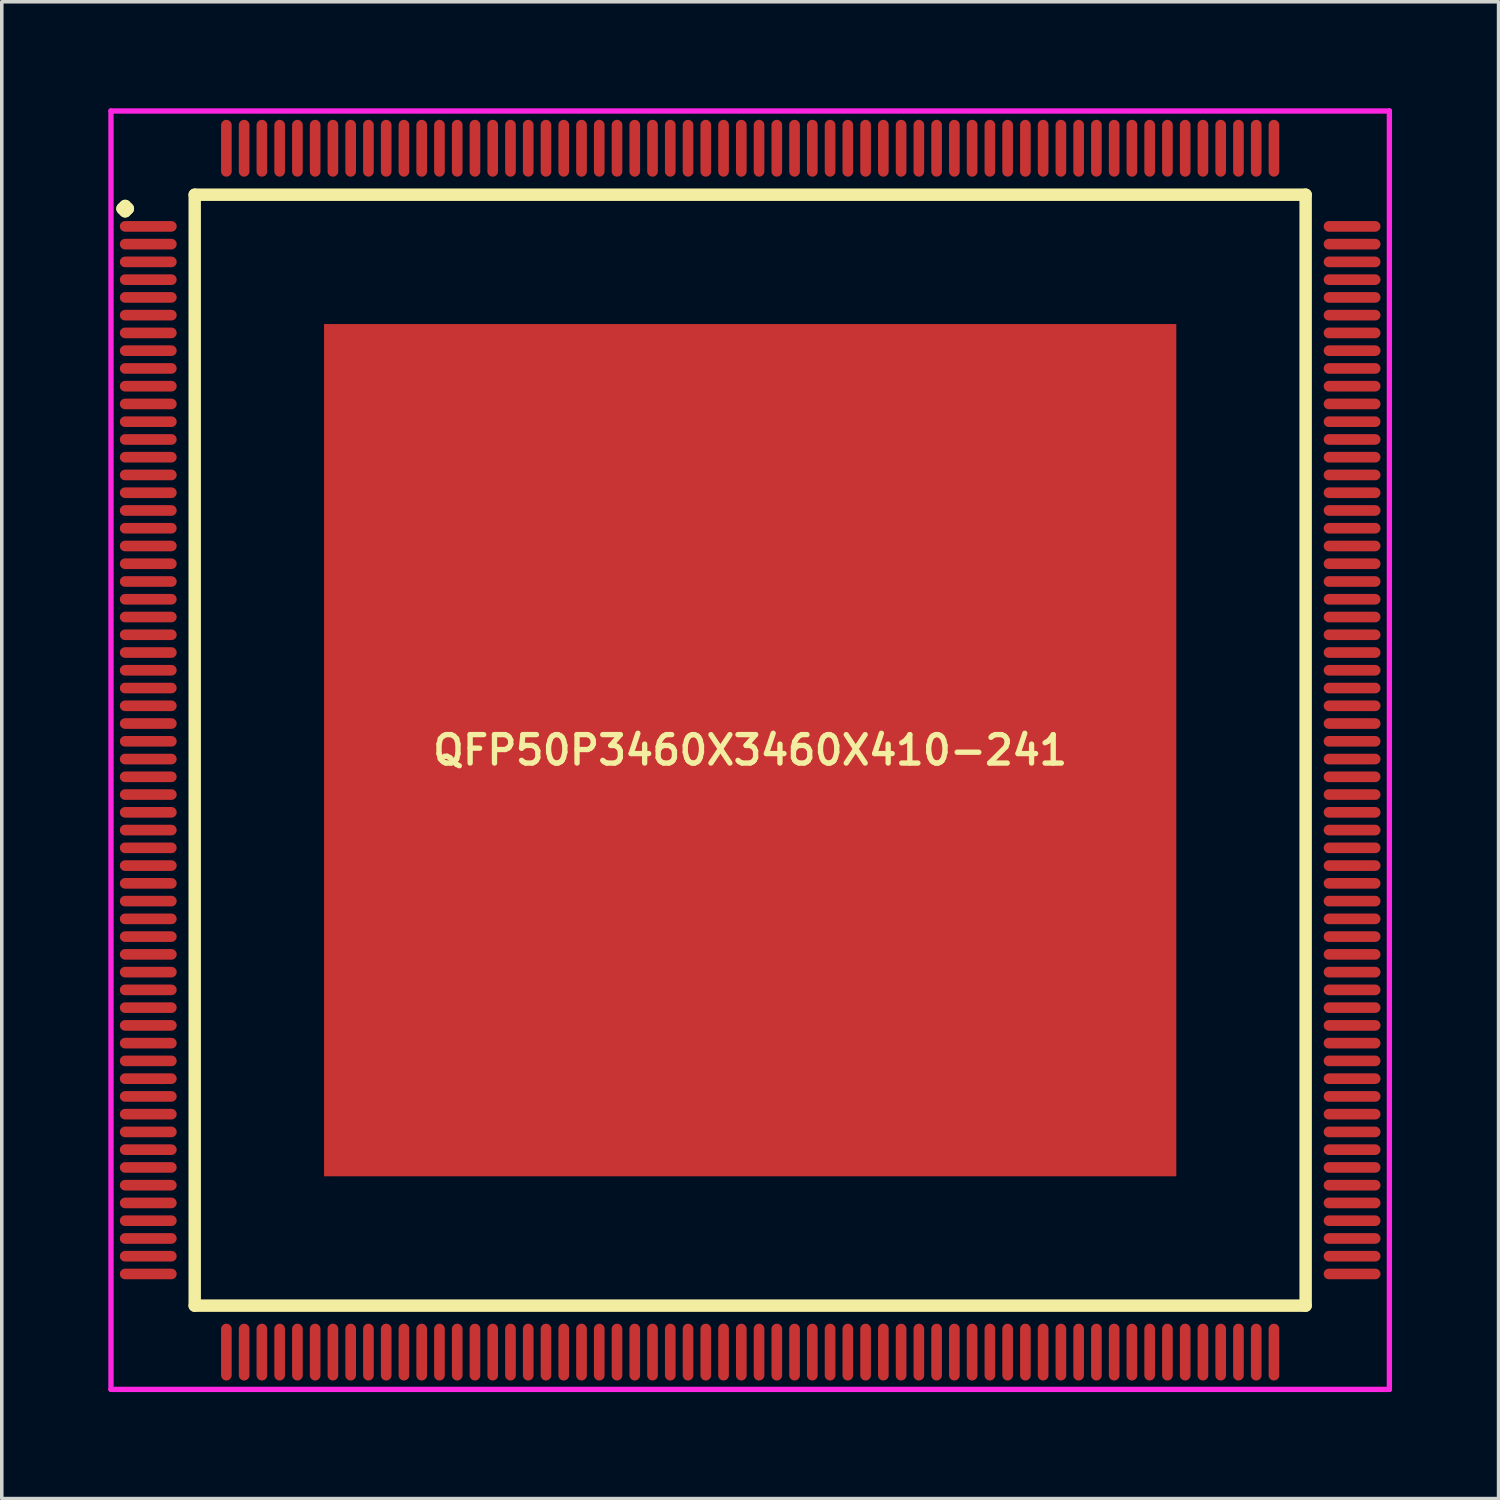
<source format=kicad_pcb>
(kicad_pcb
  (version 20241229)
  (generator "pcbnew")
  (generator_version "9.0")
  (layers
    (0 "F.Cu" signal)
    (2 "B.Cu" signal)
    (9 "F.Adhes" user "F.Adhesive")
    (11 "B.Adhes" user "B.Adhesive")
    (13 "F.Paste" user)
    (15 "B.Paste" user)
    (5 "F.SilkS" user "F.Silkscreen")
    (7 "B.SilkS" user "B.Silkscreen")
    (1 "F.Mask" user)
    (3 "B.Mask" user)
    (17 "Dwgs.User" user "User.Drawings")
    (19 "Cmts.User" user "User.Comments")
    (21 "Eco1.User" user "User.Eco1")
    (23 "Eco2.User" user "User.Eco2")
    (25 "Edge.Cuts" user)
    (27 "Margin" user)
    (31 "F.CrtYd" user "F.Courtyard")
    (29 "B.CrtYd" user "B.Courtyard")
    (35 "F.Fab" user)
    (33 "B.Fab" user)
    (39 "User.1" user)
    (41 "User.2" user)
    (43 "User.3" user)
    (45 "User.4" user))
  (footprint "QFP50P3460X3460X410-241"
    (layer "F.Cu")
    (at 18.075 18.075)
    (property "Reference" "QFP50P3460X3460X410-241" (at 0 0 0) (layer "F.SilkS") (effects (font (size 0.8 0.8) (thickness 0.15))))
    (attr through_hole)
    (fp_line (start -17.675 -15.25) (end -17.6 -15.325) (stroke (width 0.35) (type solid)) (layer "F.SilkS"))
    (fp_line (start -17.6 -15.325) (end -17.525 -15.25) (stroke (width 0.35) (type solid)) (layer "F.SilkS"))
    (fp_line (start -17.6 -15.175) (end -17.675 -15.25) (stroke (width 0.35) (type solid)) (layer "F.SilkS"))
    (fp_line (start -17.525 -15.25) (end -17.6 -15.175) (stroke (width 0.35) (type solid)) (layer "F.SilkS"))
    (fp_line (start -15.642 -15.642) (end -15.642 15.642) (stroke (width 0.35) (type solid)) (layer "F.SilkS"))
    (fp_line (start -15.642 15.642) (end 15.642 15.642) (stroke (width 0.35) (type solid)) (layer "F.SilkS"))
    (fp_line (start 15.642 -15.642) (end -15.642 -15.642) (stroke (width 0.35) (type solid)) (layer "F.SilkS"))
    (fp_line (start 15.642 15.642) (end 15.642 -15.642) (stroke (width 0.35) (type solid)) (layer "F.SilkS"))
    (fp_line (start -18 -18) (end 18 -18) (stroke (width 0.15) (type solid)) (layer "F.CrtYd"))
    (fp_line (start -18 18) (end -18 -18) (stroke (width 0.15) (type solid)) (layer "F.CrtYd"))
    (fp_line (start 18 -18) (end 18 18) (stroke (width 0.15) (type solid)) (layer "F.CrtYd"))
    (fp_line (start 18 18) (end -18 18) (stroke (width 0.15) (type solid)) (layer "F.CrtYd"))
    (pad "1" smd oval (at -16.95 -14.75) (size 1.6 0.3) (layers "F.Cu" "F.Mask" "F.Paste"))
    (pad "2" smd oval (at -16.95 -14.25) (size 1.6 0.3) (layers "F.Cu" "F.Mask" "F.Paste"))
    (pad "3" smd oval (at -16.95 -13.75) (size 1.6 0.3) (layers "F.Cu" "F.Mask" "F.Paste"))
    (pad "4" smd oval (at -16.95 -13.25) (size 1.6 0.3) (layers "F.Cu" "F.Mask" "F.Paste"))
    (pad "5" smd oval (at -16.95 -12.75) (size 1.6 0.3) (layers "F.Cu" "F.Mask" "F.Paste"))
    (pad "6" smd oval (at -16.95 -12.25) (size 1.6 0.3) (layers "F.Cu" "F.Mask" "F.Paste"))
    (pad "7" smd oval (at -16.95 -11.75) (size 1.6 0.3) (layers "F.Cu" "F.Mask" "F.Paste"))
    (pad "8" smd oval (at -16.95 -11.25) (size 1.6 0.3) (layers "F.Cu" "F.Mask" "F.Paste"))
    (pad "9" smd oval (at -16.95 -10.75) (size 1.6 0.3) (layers "F.Cu" "F.Mask" "F.Paste"))
    (pad "10" smd oval (at -16.95 -10.25) (size 1.6 0.3) (layers "F.Cu" "F.Mask" "F.Paste"))
    (pad "11" smd oval (at -16.95 -9.75) (size 1.6 0.3) (layers "F.Cu" "F.Mask" "F.Paste"))
    (pad "12" smd oval (at -16.95 -9.25) (size 1.6 0.3) (layers "F.Cu" "F.Mask" "F.Paste"))
    (pad "13" smd oval (at -16.95 -8.75) (size 1.6 0.3) (layers "F.Cu" "F.Mask" "F.Paste"))
    (pad "14" smd oval (at -16.95 -8.25) (size 1.6 0.3) (layers "F.Cu" "F.Mask" "F.Paste"))
    (pad "15" smd oval (at -16.95 -7.75) (size 1.6 0.3) (layers "F.Cu" "F.Mask" "F.Paste"))
    (pad "16" smd oval (at -16.95 -7.25) (size 1.6 0.3) (layers "F.Cu" "F.Mask" "F.Paste"))
    (pad "17" smd oval (at -16.95 -6.75) (size 1.6 0.3) (layers "F.Cu" "F.Mask" "F.Paste"))
    (pad "18" smd oval (at -16.95 -6.25) (size 1.6 0.3) (layers "F.Cu" "F.Mask" "F.Paste"))
    (pad "19" smd oval (at -16.95 -5.75) (size 1.6 0.3) (layers "F.Cu" "F.Mask" "F.Paste"))
    (pad "20" smd oval (at -16.95 -5.25) (size 1.6 0.3) (layers "F.Cu" "F.Mask" "F.Paste"))
    (pad "21" smd oval (at -16.95 -4.75) (size 1.6 0.3) (layers "F.Cu" "F.Mask" "F.Paste"))
    (pad "22" smd oval (at -16.95 -4.25) (size 1.6 0.3) (layers "F.Cu" "F.Mask" "F.Paste"))
    (pad "23" smd oval (at -16.95 -3.75) (size 1.6 0.3) (layers "F.Cu" "F.Mask" "F.Paste"))
    (pad "24" smd oval (at -16.95 -3.25) (size 1.6 0.3) (layers "F.Cu" "F.Mask" "F.Paste"))
    (pad "25" smd oval (at -16.95 -2.75) (size 1.6 0.3) (layers "F.Cu" "F.Mask" "F.Paste"))
    (pad "26" smd oval (at -16.95 -2.25) (size 1.6 0.3) (layers "F.Cu" "F.Mask" "F.Paste"))
    (pad "27" smd oval (at -16.95 -1.75) (size 1.6 0.3) (layers "F.Cu" "F.Mask" "F.Paste"))
    (pad "28" smd oval (at -16.95 -1.25) (size 1.6 0.3) (layers "F.Cu" "F.Mask" "F.Paste"))
    (pad "29" smd oval (at -16.95 -0.75) (size 1.6 0.3) (layers "F.Cu" "F.Mask" "F.Paste"))
    (pad "30" smd oval (at -16.95 -0.25) (size 1.6 0.3) (layers "F.Cu" "F.Mask" "F.Paste"))
    (pad "31" smd oval (at -16.95 0.25) (size 1.6 0.3) (layers "F.Cu" "F.Mask" "F.Paste"))
    (pad "32" smd oval (at -16.95 0.75) (size 1.6 0.3) (layers "F.Cu" "F.Mask" "F.Paste"))
    (pad "33" smd oval (at -16.95 1.25) (size 1.6 0.3) (layers "F.Cu" "F.Mask" "F.Paste"))
    (pad "34" smd oval (at -16.95 1.75) (size 1.6 0.3) (layers "F.Cu" "F.Mask" "F.Paste"))
    (pad "35" smd oval (at -16.95 2.25) (size 1.6 0.3) (layers "F.Cu" "F.Mask" "F.Paste"))
    (pad "36" smd oval (at -16.95 2.75) (size 1.6 0.3) (layers "F.Cu" "F.Mask" "F.Paste"))
    (pad "37" smd oval (at -16.95 3.25) (size 1.6 0.3) (layers "F.Cu" "F.Mask" "F.Paste"))
    (pad "38" smd oval (at -16.95 3.75) (size 1.6 0.3) (layers "F.Cu" "F.Mask" "F.Paste"))
    (pad "39" smd oval (at -16.95 4.25) (size 1.6 0.3) (layers "F.Cu" "F.Mask" "F.Paste"))
    (pad "40" smd oval (at -16.95 4.75) (size 1.6 0.3) (layers "F.Cu" "F.Mask" "F.Paste"))
    (pad "41" smd oval (at -16.95 5.25) (size 1.6 0.3) (layers "F.Cu" "F.Mask" "F.Paste"))
    (pad "42" smd oval (at -16.95 5.75) (size 1.6 0.3) (layers "F.Cu" "F.Mask" "F.Paste"))
    (pad "43" smd oval (at -16.95 6.25) (size 1.6 0.3) (layers "F.Cu" "F.Mask" "F.Paste"))
    (pad "44" smd oval (at -16.95 6.75) (size 1.6 0.3) (layers "F.Cu" "F.Mask" "F.Paste"))
    (pad "45" smd oval (at -16.95 7.25) (size 1.6 0.3) (layers "F.Cu" "F.Mask" "F.Paste"))
    (pad "46" smd oval (at -16.95 7.75) (size 1.6 0.3) (layers "F.Cu" "F.Mask" "F.Paste"))
    (pad "47" smd oval (at -16.95 8.25) (size 1.6 0.3) (layers "F.Cu" "F.Mask" "F.Paste"))
    (pad "48" smd oval (at -16.95 8.75) (size 1.6 0.3) (layers "F.Cu" "F.Mask" "F.Paste"))
    (pad "49" smd oval (at -16.95 9.25) (size 1.6 0.3) (layers "F.Cu" "F.Mask" "F.Paste"))
    (pad "50" smd oval (at -16.95 9.75) (size 1.6 0.3) (layers "F.Cu" "F.Mask" "F.Paste"))
    (pad "51" smd oval (at -16.95 10.25) (size 1.6 0.3) (layers "F.Cu" "F.Mask" "F.Paste"))
    (pad "52" smd oval (at -16.95 10.75) (size 1.6 0.3) (layers "F.Cu" "F.Mask" "F.Paste"))
    (pad "53" smd oval (at -16.95 11.25) (size 1.6 0.3) (layers "F.Cu" "F.Mask" "F.Paste"))
    (pad "54" smd oval (at -16.95 11.75) (size 1.6 0.3) (layers "F.Cu" "F.Mask" "F.Paste"))
    (pad "55" smd oval (at -16.95 12.25) (size 1.6 0.3) (layers "F.Cu" "F.Mask" "F.Paste"))
    (pad "56" smd oval (at -16.95 12.75) (size 1.6 0.3) (layers "F.Cu" "F.Mask" "F.Paste"))
    (pad "57" smd oval (at -16.95 13.25) (size 1.6 0.3) (layers "F.Cu" "F.Mask" "F.Paste"))
    (pad "58" smd oval (at -16.95 13.75) (size 1.6 0.3) (layers "F.Cu" "F.Mask" "F.Paste"))
    (pad "59" smd oval (at -16.95 14.25) (size 1.6 0.3) (layers "F.Cu" "F.Mask" "F.Paste"))
    (pad "60" smd oval (at -16.95 14.75) (size 1.6 0.3) (layers "F.Cu" "F.Mask" "F.Paste"))
    (pad "61" smd oval (at -14.75 16.95) (size 0.3 1.6) (layers "F.Cu" "F.Mask" "F.Paste"))
    (pad "62" smd oval (at -14.25 16.95) (size 0.3 1.6) (layers "F.Cu" "F.Mask" "F.Paste"))
    (pad "63" smd oval (at -13.75 16.95) (size 0.3 1.6) (layers "F.Cu" "F.Mask" "F.Paste"))
    (pad "64" smd oval (at -13.25 16.95) (size 0.3 1.6) (layers "F.Cu" "F.Mask" "F.Paste"))
    (pad "65" smd oval (at -12.75 16.95) (size 0.3 1.6) (layers "F.Cu" "F.Mask" "F.Paste"))
    (pad "66" smd oval (at -12.25 16.95) (size 0.3 1.6) (layers "F.Cu" "F.Mask" "F.Paste"))
    (pad "67" smd oval (at -11.75 16.95) (size 0.3 1.6) (layers "F.Cu" "F.Mask" "F.Paste"))
    (pad "68" smd oval (at -11.25 16.95) (size 0.3 1.6) (layers "F.Cu" "F.Mask" "F.Paste"))
    (pad "69" smd oval (at -10.75 16.95) (size 0.3 1.6) (layers "F.Cu" "F.Mask" "F.Paste"))
    (pad "70" smd oval (at -10.25 16.95) (size 0.3 1.6) (layers "F.Cu" "F.Mask" "F.Paste"))
    (pad "71" smd oval (at -9.75 16.95) (size 0.3 1.6) (layers "F.Cu" "F.Mask" "F.Paste"))
    (pad "72" smd oval (at -9.25 16.95) (size 0.3 1.6) (layers "F.Cu" "F.Mask" "F.Paste"))
    (pad "73" smd oval (at -8.75 16.95) (size 0.3 1.6) (layers "F.Cu" "F.Mask" "F.Paste"))
    (pad "74" smd oval (at -8.25 16.95) (size 0.3 1.6) (layers "F.Cu" "F.Mask" "F.Paste"))
    (pad "75" smd oval (at -7.75 16.95) (size 0.3 1.6) (layers "F.Cu" "F.Mask" "F.Paste"))
    (pad "76" smd oval (at -7.25 16.95) (size 0.3 1.6) (layers "F.Cu" "F.Mask" "F.Paste"))
    (pad "77" smd oval (at -6.75 16.95) (size 0.3 1.6) (layers "F.Cu" "F.Mask" "F.Paste"))
    (pad "78" smd oval (at -6.25 16.95) (size 0.3 1.6) (layers "F.Cu" "F.Mask" "F.Paste"))
    (pad "79" smd oval (at -5.75 16.95) (size 0.3 1.6) (layers "F.Cu" "F.Mask" "F.Paste"))
    (pad "80" smd oval (at -5.25 16.95) (size 0.3 1.6) (layers "F.Cu" "F.Mask" "F.Paste"))
    (pad "81" smd oval (at -4.75 16.95) (size 0.3 1.6) (layers "F.Cu" "F.Mask" "F.Paste"))
    (pad "82" smd oval (at -4.25 16.95) (size 0.3 1.6) (layers "F.Cu" "F.Mask" "F.Paste"))
    (pad "83" smd oval (at -3.75 16.95) (size 0.3 1.6) (layers "F.Cu" "F.Mask" "F.Paste"))
    (pad "84" smd oval (at -3.25 16.95) (size 0.3 1.6) (layers "F.Cu" "F.Mask" "F.Paste"))
    (pad "85" smd oval (at -2.75 16.95) (size 0.3 1.6) (layers "F.Cu" "F.Mask" "F.Paste"))
    (pad "86" smd oval (at -2.25 16.95) (size 0.3 1.6) (layers "F.Cu" "F.Mask" "F.Paste"))
    (pad "87" smd oval (at -1.75 16.95) (size 0.3 1.6) (layers "F.Cu" "F.Mask" "F.Paste"))
    (pad "88" smd oval (at -1.25 16.95) (size 0.3 1.6) (layers "F.Cu" "F.Mask" "F.Paste"))
    (pad "89" smd oval (at -0.75 16.95) (size 0.3 1.6) (layers "F.Cu" "F.Mask" "F.Paste"))
    (pad "90" smd oval (at -0.25 16.95) (size 0.3 1.6) (layers "F.Cu" "F.Mask" "F.Paste"))
    (pad "91" smd oval (at 0.25 16.95) (size 0.3 1.6) (layers "F.Cu" "F.Mask" "F.Paste"))
    (pad "92" smd oval (at 0.75 16.95) (size 0.3 1.6) (layers "F.Cu" "F.Mask" "F.Paste"))
    (pad "93" smd oval (at 1.25 16.95) (size 0.3 1.6) (layers "F.Cu" "F.Mask" "F.Paste"))
    (pad "94" smd oval (at 1.75 16.95) (size 0.3 1.6) (layers "F.Cu" "F.Mask" "F.Paste"))
    (pad "95" smd oval (at 2.25 16.95) (size 0.3 1.6) (layers "F.Cu" "F.Mask" "F.Paste"))
    (pad "96" smd oval (at 2.75 16.95) (size 0.3 1.6) (layers "F.Cu" "F.Mask" "F.Paste"))
    (pad "97" smd oval (at 3.25 16.95) (size 0.3 1.6) (layers "F.Cu" "F.Mask" "F.Paste"))
    (pad "98" smd oval (at 3.75 16.95) (size 0.3 1.6) (layers "F.Cu" "F.Mask" "F.Paste"))
    (pad "99" smd oval (at 4.25 16.95) (size 0.3 1.6) (layers "F.Cu" "F.Mask" "F.Paste"))
    (pad "100" smd oval (at 4.75 16.95) (size 0.3 1.6) (layers "F.Cu" "F.Mask" "F.Paste"))
    (pad "101" smd oval (at 5.25 16.95) (size 0.3 1.6) (layers "F.Cu" "F.Mask" "F.Paste"))
    (pad "102" smd oval (at 5.75 16.95) (size 0.3 1.6) (layers "F.Cu" "F.Mask" "F.Paste"))
    (pad "103" smd oval (at 6.25 16.95) (size 0.3 1.6) (layers "F.Cu" "F.Mask" "F.Paste"))
    (pad "104" smd oval (at 6.75 16.95) (size 0.3 1.6) (layers "F.Cu" "F.Mask" "F.Paste"))
    (pad "105" smd oval (at 7.25 16.95) (size 0.3 1.6) (layers "F.Cu" "F.Mask" "F.Paste"))
    (pad "106" smd oval (at 7.75 16.95) (size 0.3 1.6) (layers "F.Cu" "F.Mask" "F.Paste"))
    (pad "107" smd oval (at 8.25 16.95) (size 0.3 1.6) (layers "F.Cu" "F.Mask" "F.Paste"))
    (pad "108" smd oval (at 8.75 16.95) (size 0.3 1.6) (layers "F.Cu" "F.Mask" "F.Paste"))
    (pad "109" smd oval (at 9.25 16.95) (size 0.3 1.6) (layers "F.Cu" "F.Mask" "F.Paste"))
    (pad "110" smd oval (at 9.75 16.95) (size 0.3 1.6) (layers "F.Cu" "F.Mask" "F.Paste"))
    (pad "111" smd oval (at 10.25 16.95) (size 0.3 1.6) (layers "F.Cu" "F.Mask" "F.Paste"))
    (pad "112" smd oval (at 10.75 16.95) (size 0.3 1.6) (layers "F.Cu" "F.Mask" "F.Paste"))
    (pad "113" smd oval (at 11.25 16.95) (size 0.3 1.6) (layers "F.Cu" "F.Mask" "F.Paste"))
    (pad "114" smd oval (at 11.75 16.95) (size 0.3 1.6) (layers "F.Cu" "F.Mask" "F.Paste"))
    (pad "115" smd oval (at 12.25 16.95) (size 0.3 1.6) (layers "F.Cu" "F.Mask" "F.Paste"))
    (pad "116" smd oval (at 12.75 16.95) (size 0.3 1.6) (layers "F.Cu" "F.Mask" "F.Paste"))
    (pad "117" smd oval (at 13.25 16.95) (size 0.3 1.6) (layers "F.Cu" "F.Mask" "F.Paste"))
    (pad "118" smd oval (at 13.75 16.95) (size 0.3 1.6) (layers "F.Cu" "F.Mask" "F.Paste"))
    (pad "119" smd oval (at 14.25 16.95) (size 0.3 1.6) (layers "F.Cu" "F.Mask" "F.Paste"))
    (pad "120" smd oval (at 14.75 16.95) (size 0.3 1.6) (layers "F.Cu" "F.Mask" "F.Paste"))
    (pad "121" smd oval (at 16.95 14.75) (size 1.6 0.3) (layers "F.Cu" "F.Mask" "F.Paste"))
    (pad "122" smd oval (at 16.95 14.25) (size 1.6 0.3) (layers "F.Cu" "F.Mask" "F.Paste"))
    (pad "123" smd oval (at 16.95 13.75) (size 1.6 0.3) (layers "F.Cu" "F.Mask" "F.Paste"))
    (pad "124" smd oval (at 16.95 13.25) (size 1.6 0.3) (layers "F.Cu" "F.Mask" "F.Paste"))
    (pad "125" smd oval (at 16.95 12.75) (size 1.6 0.3) (layers "F.Cu" "F.Mask" "F.Paste"))
    (pad "126" smd oval (at 16.95 12.25) (size 1.6 0.3) (layers "F.Cu" "F.Mask" "F.Paste"))
    (pad "127" smd oval (at 16.95 11.75) (size 1.6 0.3) (layers "F.Cu" "F.Mask" "F.Paste"))
    (pad "128" smd oval (at 16.95 11.25) (size 1.6 0.3) (layers "F.Cu" "F.Mask" "F.Paste"))
    (pad "129" smd oval (at 16.95 10.75) (size 1.6 0.3) (layers "F.Cu" "F.Mask" "F.Paste"))
    (pad "130" smd oval (at 16.95 10.25) (size 1.6 0.3) (layers "F.Cu" "F.Mask" "F.Paste"))
    (pad "131" smd oval (at 16.95 9.75) (size 1.6 0.3) (layers "F.Cu" "F.Mask" "F.Paste"))
    (pad "132" smd oval (at 16.95 9.25) (size 1.6 0.3) (layers "F.Cu" "F.Mask" "F.Paste"))
    (pad "133" smd oval (at 16.95 8.75) (size 1.6 0.3) (layers "F.Cu" "F.Mask" "F.Paste"))
    (pad "134" smd oval (at 16.95 8.25) (size 1.6 0.3) (layers "F.Cu" "F.Mask" "F.Paste"))
    (pad "135" smd oval (at 16.95 7.75) (size 1.6 0.3) (layers "F.Cu" "F.Mask" "F.Paste"))
    (pad "136" smd oval (at 16.95 7.25) (size 1.6 0.3) (layers "F.Cu" "F.Mask" "F.Paste"))
    (pad "137" smd oval (at 16.95 6.75) (size 1.6 0.3) (layers "F.Cu" "F.Mask" "F.Paste"))
    (pad "138" smd oval (at 16.95 6.25) (size 1.6 0.3) (layers "F.Cu" "F.Mask" "F.Paste"))
    (pad "139" smd oval (at 16.95 5.75) (size 1.6 0.3) (layers "F.Cu" "F.Mask" "F.Paste"))
    (pad "140" smd oval (at 16.95 5.25) (size 1.6 0.3) (layers "F.Cu" "F.Mask" "F.Paste"))
    (pad "141" smd oval (at 16.95 4.75) (size 1.6 0.3) (layers "F.Cu" "F.Mask" "F.Paste"))
    (pad "142" smd oval (at 16.95 4.25) (size 1.6 0.3) (layers "F.Cu" "F.Mask" "F.Paste"))
    (pad "143" smd oval (at 16.95 3.75) (size 1.6 0.3) (layers "F.Cu" "F.Mask" "F.Paste"))
    (pad "144" smd oval (at 16.95 3.25) (size 1.6 0.3) (layers "F.Cu" "F.Mask" "F.Paste"))
    (pad "145" smd oval (at 16.95 2.75) (size 1.6 0.3) (layers "F.Cu" "F.Mask" "F.Paste"))
    (pad "146" smd oval (at 16.95 2.25) (size 1.6 0.3) (layers "F.Cu" "F.Mask" "F.Paste"))
    (pad "147" smd oval (at 16.95 1.75) (size 1.6 0.3) (layers "F.Cu" "F.Mask" "F.Paste"))
    (pad "148" smd oval (at 16.95 1.25) (size 1.6 0.3) (layers "F.Cu" "F.Mask" "F.Paste"))
    (pad "149" smd oval (at 16.95 0.75) (size 1.6 0.3) (layers "F.Cu" "F.Mask" "F.Paste"))
    (pad "150" smd oval (at 16.95 0.25) (size 1.6 0.3) (layers "F.Cu" "F.Mask" "F.Paste"))
    (pad "151" smd oval (at 16.95 -0.25) (size 1.6 0.3) (layers "F.Cu" "F.Mask" "F.Paste"))
    (pad "152" smd oval (at 16.95 -0.75) (size 1.6 0.3) (layers "F.Cu" "F.Mask" "F.Paste"))
    (pad "153" smd oval (at 16.95 -1.25) (size 1.6 0.3) (layers "F.Cu" "F.Mask" "F.Paste"))
    (pad "154" smd oval (at 16.95 -1.75) (size 1.6 0.3) (layers "F.Cu" "F.Mask" "F.Paste"))
    (pad "155" smd oval (at 16.95 -2.25) (size 1.6 0.3) (layers "F.Cu" "F.Mask" "F.Paste"))
    (pad "156" smd oval (at 16.95 -2.75) (size 1.6 0.3) (layers "F.Cu" "F.Mask" "F.Paste"))
    (pad "157" smd oval (at 16.95 -3.25) (size 1.6 0.3) (layers "F.Cu" "F.Mask" "F.Paste"))
    (pad "158" smd oval (at 16.95 -3.75) (size 1.6 0.3) (layers "F.Cu" "F.Mask" "F.Paste"))
    (pad "159" smd oval (at 16.95 -4.25) (size 1.6 0.3) (layers "F.Cu" "F.Mask" "F.Paste"))
    (pad "160" smd oval (at 16.95 -4.75) (size 1.6 0.3) (layers "F.Cu" "F.Mask" "F.Paste"))
    (pad "161" smd oval (at 16.95 -5.25) (size 1.6 0.3) (layers "F.Cu" "F.Mask" "F.Paste"))
    (pad "162" smd oval (at 16.95 -5.75) (size 1.6 0.3) (layers "F.Cu" "F.Mask" "F.Paste"))
    (pad "163" smd oval (at 16.95 -6.25) (size 1.6 0.3) (layers "F.Cu" "F.Mask" "F.Paste"))
    (pad "164" smd oval (at 16.95 -6.75) (size 1.6 0.3) (layers "F.Cu" "F.Mask" "F.Paste"))
    (pad "165" smd oval (at 16.95 -7.25) (size 1.6 0.3) (layers "F.Cu" "F.Mask" "F.Paste"))
    (pad "166" smd oval (at 16.95 -7.75) (size 1.6 0.3) (layers "F.Cu" "F.Mask" "F.Paste"))
    (pad "167" smd oval (at 16.95 -8.25) (size 1.6 0.3) (layers "F.Cu" "F.Mask" "F.Paste"))
    (pad "168" smd oval (at 16.95 -8.75) (size 1.6 0.3) (layers "F.Cu" "F.Mask" "F.Paste"))
    (pad "169" smd oval (at 16.95 -9.25) (size 1.6 0.3) (layers "F.Cu" "F.Mask" "F.Paste"))
    (pad "170" smd oval (at 16.95 -9.75) (size 1.6 0.3) (layers "F.Cu" "F.Mask" "F.Paste"))
    (pad "171" smd oval (at 16.95 -10.25) (size 1.6 0.3) (layers "F.Cu" "F.Mask" "F.Paste"))
    (pad "172" smd oval (at 16.95 -10.75) (size 1.6 0.3) (layers "F.Cu" "F.Mask" "F.Paste"))
    (pad "173" smd oval (at 16.95 -11.25) (size 1.6 0.3) (layers "F.Cu" "F.Mask" "F.Paste"))
    (pad "174" smd oval (at 16.95 -11.75) (size 1.6 0.3) (layers "F.Cu" "F.Mask" "F.Paste"))
    (pad "175" smd oval (at 16.95 -12.25) (size 1.6 0.3) (layers "F.Cu" "F.Mask" "F.Paste"))
    (pad "176" smd oval (at 16.95 -12.75) (size 1.6 0.3) (layers "F.Cu" "F.Mask" "F.Paste"))
    (pad "177" smd oval (at 16.95 -13.25) (size 1.6 0.3) (layers "F.Cu" "F.Mask" "F.Paste"))
    (pad "178" smd oval (at 16.95 -13.75) (size 1.6 0.3) (layers "F.Cu" "F.Mask" "F.Paste"))
    (pad "179" smd oval (at 16.95 -14.25) (size 1.6 0.3) (layers "F.Cu" "F.Mask" "F.Paste"))
    (pad "180" smd oval (at 16.95 -14.75) (size 1.6 0.3) (layers "F.Cu" "F.Mask" "F.Paste"))
    (pad "181" smd oval (at 14.75 -16.95) (size 0.3 1.6) (layers "F.Cu" "F.Mask" "F.Paste"))
    (pad "182" smd oval (at 14.25 -16.95) (size 0.3 1.6) (layers "F.Cu" "F.Mask" "F.Paste"))
    (pad "183" smd oval (at 13.75 -16.95) (size 0.3 1.6) (layers "F.Cu" "F.Mask" "F.Paste"))
    (pad "184" smd oval (at 13.25 -16.95) (size 0.3 1.6) (layers "F.Cu" "F.Mask" "F.Paste"))
    (pad "185" smd oval (at 12.75 -16.95) (size 0.3 1.6) (layers "F.Cu" "F.Mask" "F.Paste"))
    (pad "186" smd oval (at 12.25 -16.95) (size 0.3 1.6) (layers "F.Cu" "F.Mask" "F.Paste"))
    (pad "187" smd oval (at 11.75 -16.95) (size 0.3 1.6) (layers "F.Cu" "F.Mask" "F.Paste"))
    (pad "188" smd oval (at 11.25 -16.95) (size 0.3 1.6) (layers "F.Cu" "F.Mask" "F.Paste"))
    (pad "189" smd oval (at 10.75 -16.95) (size 0.3 1.6) (layers "F.Cu" "F.Mask" "F.Paste"))
    (pad "190" smd oval (at 10.25 -16.95) (size 0.3 1.6) (layers "F.Cu" "F.Mask" "F.Paste"))
    (pad "191" smd oval (at 9.75 -16.95) (size 0.3 1.6) (layers "F.Cu" "F.Mask" "F.Paste"))
    (pad "192" smd oval (at 9.25 -16.95) (size 0.3 1.6) (layers "F.Cu" "F.Mask" "F.Paste"))
    (pad "193" smd oval (at 8.75 -16.95) (size 0.3 1.6) (layers "F.Cu" "F.Mask" "F.Paste"))
    (pad "194" smd oval (at 8.25 -16.95) (size 0.3 1.6) (layers "F.Cu" "F.Mask" "F.Paste"))
    (pad "195" smd oval (at 7.75 -16.95) (size 0.3 1.6) (layers "F.Cu" "F.Mask" "F.Paste"))
    (pad "196" smd oval (at 7.25 -16.95) (size 0.3 1.6) (layers "F.Cu" "F.Mask" "F.Paste"))
    (pad "197" smd oval (at 6.75 -16.95) (size 0.3 1.6) (layers "F.Cu" "F.Mask" "F.Paste"))
    (pad "198" smd oval (at 6.25 -16.95) (size 0.3 1.6) (layers "F.Cu" "F.Mask" "F.Paste"))
    (pad "199" smd oval (at 5.75 -16.95) (size 0.3 1.6) (layers "F.Cu" "F.Mask" "F.Paste"))
    (pad "200" smd oval (at 5.25 -16.95) (size 0.3 1.6) (layers "F.Cu" "F.Mask" "F.Paste"))
    (pad "201" smd oval (at 4.75 -16.95) (size 0.3 1.6) (layers "F.Cu" "F.Mask" "F.Paste"))
    (pad "202" smd oval (at 4.25 -16.95) (size 0.3 1.6) (layers "F.Cu" "F.Mask" "F.Paste"))
    (pad "203" smd oval (at 3.75 -16.95) (size 0.3 1.6) (layers "F.Cu" "F.Mask" "F.Paste"))
    (pad "204" smd oval (at 3.25 -16.95) (size 0.3 1.6) (layers "F.Cu" "F.Mask" "F.Paste"))
    (pad "205" smd oval (at 2.75 -16.95) (size 0.3 1.6) (layers "F.Cu" "F.Mask" "F.Paste"))
    (pad "206" smd oval (at 2.25 -16.95) (size 0.3 1.6) (layers "F.Cu" "F.Mask" "F.Paste"))
    (pad "207" smd oval (at 1.75 -16.95) (size 0.3 1.6) (layers "F.Cu" "F.Mask" "F.Paste"))
    (pad "208" smd oval (at 1.25 -16.95) (size 0.3 1.6) (layers "F.Cu" "F.Mask" "F.Paste"))
    (pad "209" smd oval (at 0.75 -16.95) (size 0.3 1.6) (layers "F.Cu" "F.Mask" "F.Paste"))
    (pad "210" smd oval (at 0.25 -16.95) (size 0.3 1.6) (layers "F.Cu" "F.Mask" "F.Paste"))
    (pad "211" smd oval (at -0.25 -16.95) (size 0.3 1.6) (layers "F.Cu" "F.Mask" "F.Paste"))
    (pad "212" smd oval (at -0.75 -16.95) (size 0.3 1.6) (layers "F.Cu" "F.Mask" "F.Paste"))
    (pad "213" smd oval (at -1.25 -16.95) (size 0.3 1.6) (layers "F.Cu" "F.Mask" "F.Paste"))
    (pad "214" smd oval (at -1.75 -16.95) (size 0.3 1.6) (layers "F.Cu" "F.Mask" "F.Paste"))
    (pad "215" smd oval (at -2.25 -16.95) (size 0.3 1.6) (layers "F.Cu" "F.Mask" "F.Paste"))
    (pad "216" smd oval (at -2.75 -16.95) (size 0.3 1.6) (layers "F.Cu" "F.Mask" "F.Paste"))
    (pad "217" smd oval (at -3.25 -16.95) (size 0.3 1.6) (layers "F.Cu" "F.Mask" "F.Paste"))
    (pad "218" smd oval (at -3.75 -16.95) (size 0.3 1.6) (layers "F.Cu" "F.Mask" "F.Paste"))
    (pad "219" smd oval (at -4.25 -16.95) (size 0.3 1.6) (layers "F.Cu" "F.Mask" "F.Paste"))
    (pad "220" smd oval (at -4.75 -16.95) (size 0.3 1.6) (layers "F.Cu" "F.Mask" "F.Paste"))
    (pad "221" smd oval (at -5.25 -16.95) (size 0.3 1.6) (layers "F.Cu" "F.Mask" "F.Paste"))
    (pad "222" smd oval (at -5.75 -16.95) (size 0.3 1.6) (layers "F.Cu" "F.Mask" "F.Paste"))
    (pad "223" smd oval (at -6.25 -16.95) (size 0.3 1.6) (layers "F.Cu" "F.Mask" "F.Paste"))
    (pad "224" smd oval (at -6.75 -16.95) (size 0.3 1.6) (layers "F.Cu" "F.Mask" "F.Paste"))
    (pad "225" smd oval (at -7.25 -16.95) (size 0.3 1.6) (layers "F.Cu" "F.Mask" "F.Paste"))
    (pad "226" smd oval (at -7.75 -16.95) (size 0.3 1.6) (layers "F.Cu" "F.Mask" "F.Paste"))
    (pad "227" smd oval (at -8.25 -16.95) (size 0.3 1.6) (layers "F.Cu" "F.Mask" "F.Paste"))
    (pad "228" smd oval (at -8.75 -16.95) (size 0.3 1.6) (layers "F.Cu" "F.Mask" "F.Paste"))
    (pad "229" smd oval (at -9.25 -16.95) (size 0.3 1.6) (layers "F.Cu" "F.Mask" "F.Paste"))
    (pad "230" smd oval (at -9.75 -16.95) (size 0.3 1.6) (layers "F.Cu" "F.Mask" "F.Paste"))
    (pad "231" smd oval (at -10.25 -16.95) (size 0.3 1.6) (layers "F.Cu" "F.Mask" "F.Paste"))
    (pad "232" smd oval (at -10.75 -16.95) (size 0.3 1.6) (layers "F.Cu" "F.Mask" "F.Paste"))
    (pad "233" smd oval (at -11.25 -16.95) (size 0.3 1.6) (layers "F.Cu" "F.Mask" "F.Paste"))
    (pad "234" smd oval (at -11.75 -16.95) (size 0.3 1.6) (layers "F.Cu" "F.Mask" "F.Paste"))
    (pad "235" smd oval (at -12.25 -16.95) (size 0.3 1.6) (layers "F.Cu" "F.Mask" "F.Paste"))
    (pad "236" smd oval (at -12.75 -16.95) (size 0.3 1.6) (layers "F.Cu" "F.Mask" "F.Paste"))
    (pad "237" smd oval (at -13.25 -16.95) (size 0.3 1.6) (layers "F.Cu" "F.Mask" "F.Paste"))
    (pad "238" smd oval (at -13.75 -16.95) (size 0.3 1.6) (layers "F.Cu" "F.Mask" "F.Paste"))
    (pad "239" smd oval (at -14.25 -16.95) (size 0.3 1.6) (layers "F.Cu" "F.Mask" "F.Paste"))
    (pad "240" smd oval (at -14.75 -16.95) (size 0.3 1.6) (layers "F.Cu" "F.Mask" "F.Paste"))
    (pad "241" smd rect (at 0 0) (size 24 24) (layers "F.Cu" "F.Mask" "F.Paste")))
  (gr_rect
    (start -3 -3)
    (end 39.15 39.15)
    (stroke (width 0.1) (type default))
    (fill no)
    (layer "Edge.Cuts")))
</source>
